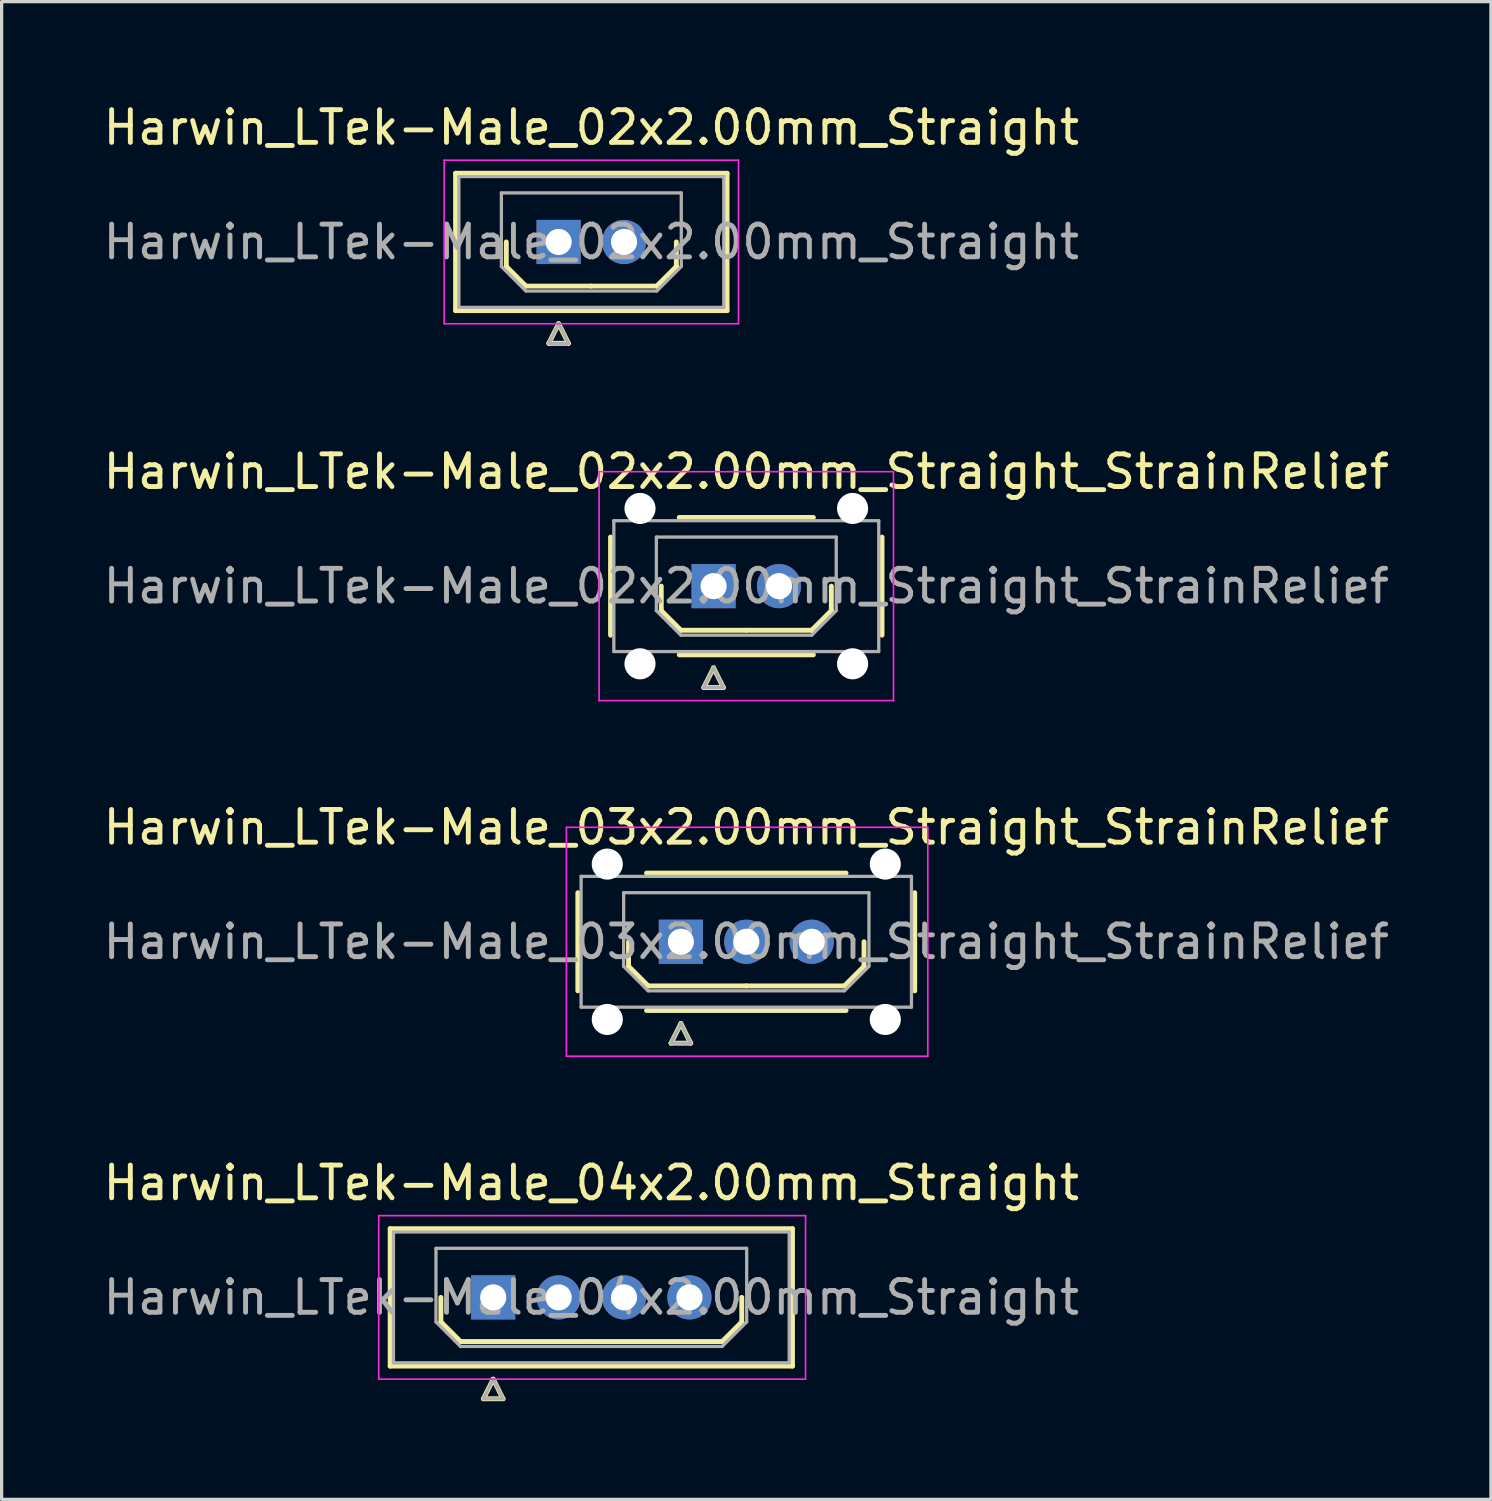
<source format=kicad_pcb>
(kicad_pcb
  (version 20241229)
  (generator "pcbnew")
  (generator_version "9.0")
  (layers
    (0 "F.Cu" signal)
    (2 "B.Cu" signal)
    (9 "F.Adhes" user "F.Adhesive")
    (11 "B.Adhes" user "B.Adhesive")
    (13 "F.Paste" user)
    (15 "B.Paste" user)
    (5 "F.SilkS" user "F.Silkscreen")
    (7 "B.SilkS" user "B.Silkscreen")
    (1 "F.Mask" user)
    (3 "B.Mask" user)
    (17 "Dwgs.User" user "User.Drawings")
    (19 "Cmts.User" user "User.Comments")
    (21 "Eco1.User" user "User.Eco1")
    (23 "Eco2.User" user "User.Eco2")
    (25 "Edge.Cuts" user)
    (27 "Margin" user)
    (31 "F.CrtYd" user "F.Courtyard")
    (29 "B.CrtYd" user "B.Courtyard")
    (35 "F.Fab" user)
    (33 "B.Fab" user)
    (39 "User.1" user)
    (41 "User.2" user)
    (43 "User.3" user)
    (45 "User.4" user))
  (footprint "Harwin_LTek-Male_02x2.00mm_Straight"
    (layer "F.Cu")
    (at 14.03 4.348)
    (property "Reference" "Harwin_LTek-Male_02x2.00mm_Straight" (at 1 -3.5 0) (layer "F.SilkS") (effects (font (size 1 1) (thickness 0.15))))
    (attr through_hole)
    (fp_line (start -3.15 -2.1) (end -3.15 2.1) (stroke (width 0.15) (type solid)) (layer "F.SilkS"))
    (fp_line (start -3.15 2.1) (end 5.15 2.1) (stroke (width 0.15) (type solid)) (layer "F.SilkS"))
    (fp_line (start -1.6 0) (end -1.6 0.75) (stroke (width 0.15) (type solid)) (layer "F.SilkS"))
    (fp_line (start -1.6 0.75) (end -1 1.35) (stroke (width 0.15) (type solid)) (layer "F.SilkS"))
    (fp_line (start -1 1.35) (end 1 1.35) (stroke (width 0.15) (type solid)) (layer "F.SilkS"))
    (fp_line (start -0.3 3.1) (end 0.3 3.1) (stroke (width 0.15) (type solid)) (layer "F.SilkS"))
    (fp_line (start 0 2.5) (end -0.3 3.1) (stroke (width 0.15) (type solid)) (layer "F.SilkS"))
    (fp_line (start 0.3 3.1) (end 0 2.5) (stroke (width 0.15) (type solid)) (layer "F.SilkS"))
    (fp_line (start 3 1.35) (end 1 1.35) (stroke (width 0.15) (type solid)) (layer "F.SilkS"))
    (fp_line (start 3.6 0) (end 3.6 0.75) (stroke (width 0.15) (type solid)) (layer "F.SilkS"))
    (fp_line (start 3.6 0.75) (end 3 1.35) (stroke (width 0.15) (type solid)) (layer "F.SilkS"))
    (fp_line (start 5.15 -2.1) (end -3.15 -2.1) (stroke (width 0.15) (type solid)) (layer "F.SilkS"))
    (fp_line (start 5.15 2.1) (end 5.15 -2.1) (stroke (width 0.15) (type solid)) (layer "F.SilkS"))
    (fp_line (start -3.5 -2.5) (end -3.5 2.5) (stroke (width 0.05) (type solid)) (layer "F.CrtYd"))
    (fp_line (start -3.5 2.5) (end 5.5 2.5) (stroke (width 0.05) (type solid)) (layer "F.CrtYd"))
    (fp_line (start 5.5 -2.5) (end -3.5 -2.5) (stroke (width 0.05) (type solid)) (layer "F.CrtYd"))
    (fp_line (start 5.5 2.5) (end 5.5 -2.5) (stroke (width 0.05) (type solid)) (layer "F.CrtYd"))
    (fp_line (start -3.05 -2) (end -3.05 2) (stroke (width 0.1) (type solid)) (layer "F.Fab"))
    (fp_line (start -3.05 2) (end 5.05 2) (stroke (width 0.1) (type solid)) (layer "F.Fab"))
    (fp_line (start -1.75 -1.5) (end 3.75 -1.5) (stroke (width 0.1) (type solid)) (layer "F.Fab"))
    (fp_line (start -1.75 0.75) (end -1.75 -1.5) (stroke (width 0.1) (type solid)) (layer "F.Fab"))
    (fp_line (start -1 1.5) (end -1.75 0.75) (stroke (width 0.1) (type solid)) (layer "F.Fab"))
    (fp_line (start -0.3 3.1) (end 0.3 3.1) (stroke (width 0.1) (type solid)) (layer "F.Fab"))
    (fp_line (start 0 2.5) (end -0.3 3.1) (stroke (width 0.1) (type solid)) (layer "F.Fab"))
    (fp_line (start 0.3 3.1) (end 0 2.5) (stroke (width 0.1) (type solid)) (layer "F.Fab"))
    (fp_line (start 3 1.5) (end -1 1.5) (stroke (width 0.1) (type solid)) (layer "F.Fab"))
    (fp_line (start 3.75 -1.5) (end 3.75 0.75) (stroke (width 0.1) (type solid)) (layer "F.Fab"))
    (fp_line (start 3.75 0.75) (end 3 1.5) (stroke (width 0.1) (type solid)) (layer "F.Fab"))
    (fp_line (start 5.05 -2) (end -3.05 -2) (stroke (width 0.1) (type solid)) (layer "F.Fab"))
    (fp_line (start 5.05 2) (end 5.05 -2) (stroke (width 0.1) (type solid)) (layer "F.Fab"))
    (fp_text user "${REFERENCE}" (at 1 0 0) (layer "F.Fab") (effects (font (size 1 1) (thickness 0.15))))
    (pad "1" thru_hole rect (at 0 0) (size 1.35 1.35) (drill 0.8) (layers "*.Cu" "*.Mask"))
    (pad "2" thru_hole circle (at 2 0) (size 1.35 1.35) (drill 0.8) (layers "*.Cu" "*.Mask")))
  (footprint "Harwin_LTek-Male_04x2.00mm_Straight"
    (layer "F.Cu")
    (at 12.03 36.618)
    (property "Reference" "Harwin_LTek-Male_04x2.00mm_Straight" (at 3 -3.5 0) (layer "F.SilkS") (effects (font (size 1 1) (thickness 0.15))))
    (attr through_hole)
    (fp_line (start -3.15 -2.1) (end -3.15 2.1) (stroke (width 0.15) (type solid)) (layer "F.SilkS"))
    (fp_line (start -3.15 2.1) (end 9.15 2.1) (stroke (width 0.15) (type solid)) (layer "F.SilkS"))
    (fp_line (start -1.6 0) (end -1.6 0.75) (stroke (width 0.15) (type solid)) (layer "F.SilkS"))
    (fp_line (start -1.6 0.75) (end -1 1.35) (stroke (width 0.15) (type solid)) (layer "F.SilkS"))
    (fp_line (start -1 1.35) (end 3 1.35) (stroke (width 0.15) (type solid)) (layer "F.SilkS"))
    (fp_line (start -0.3 3.1) (end 0.3 3.1) (stroke (width 0.15) (type solid)) (layer "F.SilkS"))
    (fp_line (start 0 2.5) (end -0.3 3.1) (stroke (width 0.15) (type solid)) (layer "F.SilkS"))
    (fp_line (start 0.3 3.1) (end 0 2.5) (stroke (width 0.15) (type solid)) (layer "F.SilkS"))
    (fp_line (start 7 1.35) (end 3 1.35) (stroke (width 0.15) (type solid)) (layer "F.SilkS"))
    (fp_line (start 7.6 0) (end 7.6 0.75) (stroke (width 0.15) (type solid)) (layer "F.SilkS"))
    (fp_line (start 7.6 0.75) (end 7 1.35) (stroke (width 0.15) (type solid)) (layer "F.SilkS"))
    (fp_line (start 9.15 -2.1) (end -3.15 -2.1) (stroke (width 0.15) (type solid)) (layer "F.SilkS"))
    (fp_line (start 9.15 2.1) (end 9.15 -2.1) (stroke (width 0.15) (type solid)) (layer "F.SilkS"))
    (fp_line (start -3.5 -2.5) (end -3.5 2.5) (stroke (width 0.05) (type solid)) (layer "F.CrtYd"))
    (fp_line (start -3.5 2.5) (end 9.55 2.5) (stroke (width 0.05) (type solid)) (layer "F.CrtYd"))
    (fp_line (start 9.55 -2.5) (end -3.5 -2.5) (stroke (width 0.05) (type solid)) (layer "F.CrtYd"))
    (fp_line (start 9.55 2.5) (end 9.55 -2.5) (stroke (width 0.05) (type solid)) (layer "F.CrtYd"))
    (fp_line (start -3.05 -2) (end -3.05 2) (stroke (width 0.1) (type solid)) (layer "F.Fab"))
    (fp_line (start -3.05 2) (end 9.05 2) (stroke (width 0.1) (type solid)) (layer "F.Fab"))
    (fp_line (start -1.75 -1.5) (end 7.75 -1.5) (stroke (width 0.1) (type solid)) (layer "F.Fab"))
    (fp_line (start -1.75 0.75) (end -1.75 -1.5) (stroke (width 0.1) (type solid)) (layer "F.Fab"))
    (fp_line (start -1 1.5) (end -1.75 0.75) (stroke (width 0.1) (type solid)) (layer "F.Fab"))
    (fp_line (start -0.3 3.1) (end 0.3 3.1) (stroke (width 0.1) (type solid)) (layer "F.Fab"))
    (fp_line (start 0 2.5) (end -0.3 3.1) (stroke (width 0.1) (type solid)) (layer "F.Fab"))
    (fp_line (start 0.3 3.1) (end 0 2.5) (stroke (width 0.1) (type solid)) (layer "F.Fab"))
    (fp_line (start 7 1.5) (end -1 1.5) (stroke (width 0.1) (type solid)) (layer "F.Fab"))
    (fp_line (start 7.75 -1.5) (end 7.75 0.75) (stroke (width 0.1) (type solid)) (layer "F.Fab"))
    (fp_line (start 7.75 0.75) (end 7 1.5) (stroke (width 0.1) (type solid)) (layer "F.Fab"))
    (fp_line (start 9.05 -2) (end -3.05 -2) (stroke (width 0.1) (type solid)) (layer "F.Fab"))
    (fp_line (start 9.05 2) (end 9.05 -2) (stroke (width 0.1) (type solid)) (layer "F.Fab"))
    (fp_text user "${REFERENCE}" (at 3 0 0) (layer "F.Fab") (effects (font (size 1 1) (thickness 0.15))))
    (pad "1" thru_hole rect (at 0 0) (size 1.35 1.35) (drill 0.8) (layers "*.Cu" "*.Mask"))
    (pad "2" thru_hole circle (at 2 0) (size 1.35 1.35) (drill 0.8) (layers "*.Cu" "*.Mask"))
    (pad "3" thru_hole circle (at 4 0) (size 1.35 1.35) (drill 0.8) (layers "*.Cu" "*.Mask"))
    (pad "4" thru_hole circle (at 6 0) (size 1.35 1.35) (drill 0.8) (layers "*.Cu" "*.Mask")))
  (footprint "Harwin_LTek-Male_03x2.00mm_Straight_StrainRelief"
    (layer "F.Cu")
    (at 17.768 25.745)
    (property "Reference" "Harwin_LTek-Male_03x2.00mm_Straight_StrainRelief" (at 2 -3.5 0) (layer "F.SilkS") (effects (font (size 1 1) (thickness 0.15))))
    (attr through_hole)
    (fp_line (start -3.15 -1.5) (end -3.15 1.5) (stroke (width 0.15) (type solid)) (layer "F.SilkS"))
    (fp_line (start -1.6 0) (end -1.6 0.75) (stroke (width 0.15) (type solid)) (layer "F.SilkS"))
    (fp_line (start -1.6 0.75) (end -1 1.35) (stroke (width 0.15) (type solid)) (layer "F.SilkS"))
    (fp_line (start -1.05 -2.1) (end 5.05 -2.1) (stroke (width 0.15) (type solid)) (layer "F.SilkS"))
    (fp_line (start -1.05 2.1) (end 5.05 2.1) (stroke (width 0.15) (type solid)) (layer "F.SilkS"))
    (fp_line (start -1 1.35) (end 2 1.35) (stroke (width 0.15) (type solid)) (layer "F.SilkS"))
    (fp_line (start -0.3 3.1) (end 0.3 3.1) (stroke (width 0.15) (type solid)) (layer "F.SilkS"))
    (fp_line (start 0 2.5) (end -0.3 3.1) (stroke (width 0.15) (type solid)) (layer "F.SilkS"))
    (fp_line (start 0.3 3.1) (end 0 2.5) (stroke (width 0.15) (type solid)) (layer "F.SilkS"))
    (fp_line (start 5 1.35) (end 2 1.35) (stroke (width 0.15) (type solid)) (layer "F.SilkS"))
    (fp_line (start 5.6 0) (end 5.6 0.75) (stroke (width 0.15) (type solid)) (layer "F.SilkS"))
    (fp_line (start 5.6 0.75) (end 5 1.35) (stroke (width 0.15) (type solid)) (layer "F.SilkS"))
    (fp_line (start 7.15 -1.5) (end 7.15 1.5) (stroke (width 0.15) (type solid)) (layer "F.SilkS"))
    (fp_line (start -3.5 -3.5) (end -3.5 3.5) (stroke (width 0.05) (type solid)) (layer "F.CrtYd"))
    (fp_line (start -3.5 3.5) (end 7.55 3.5) (stroke (width 0.05) (type solid)) (layer "F.CrtYd"))
    (fp_line (start 7.55 -3.5) (end -3.5 -3.5) (stroke (width 0.05) (type solid)) (layer "F.CrtYd"))
    (fp_line (start 7.55 3.5) (end 7.55 -3.5) (stroke (width 0.05) (type solid)) (layer "F.CrtYd"))
    (fp_line (start -3.05 -2) (end -3.05 2) (stroke (width 0.1) (type solid)) (layer "F.Fab"))
    (fp_line (start -3.05 2) (end 7.05 2) (stroke (width 0.1) (type solid)) (layer "F.Fab"))
    (fp_line (start -1.75 -1.5) (end 5.75 -1.5) (stroke (width 0.1) (type solid)) (layer "F.Fab"))
    (fp_line (start -1.75 0.75) (end -1.75 -1.5) (stroke (width 0.1) (type solid)) (layer "F.Fab"))
    (fp_line (start -1 1.5) (end -1.75 0.75) (stroke (width 0.1) (type solid)) (layer "F.Fab"))
    (fp_line (start -0.3 3.1) (end 0.3 3.1) (stroke (width 0.1) (type solid)) (layer "F.Fab"))
    (fp_line (start 0 2.5) (end -0.3 3.1) (stroke (width 0.1) (type solid)) (layer "F.Fab"))
    (fp_line (start 0.3 3.1) (end 0 2.5) (stroke (width 0.1) (type solid)) (layer "F.Fab"))
    (fp_line (start 5 1.5) (end -1 1.5) (stroke (width 0.1) (type solid)) (layer "F.Fab"))
    (fp_line (start 5.75 -1.5) (end 5.75 0.75) (stroke (width 0.1) (type solid)) (layer "F.Fab"))
    (fp_line (start 5.75 0.75) (end 5 1.5) (stroke (width 0.1) (type solid)) (layer "F.Fab"))
    (fp_line (start 7.05 -2) (end -3.05 -2) (stroke (width 0.1) (type solid)) (layer "F.Fab"))
    (fp_line (start 7.05 2) (end 7.05 -2) (stroke (width 0.1) (type solid)) (layer "F.Fab"))
    (fp_text user "${REFERENCE}" (at 2 0 0) (layer "F.Fab") (effects (font (size 1 1) (thickness 0.15))))
    (pad "" np_thru_hole circle (at -2.25 -2.375) (size 0.95 0.95) (drill 0.95) (layers "*.Cu" "*.Mask"))
    (pad "" np_thru_hole circle (at -2.25 2.375) (size 0.95 0.95) (drill 0.95) (layers "*.Cu" "*.Mask"))
    (pad "" np_thru_hole circle (at 6.25 -2.375) (size 0.95 0.95) (drill 0.95) (layers "*.Cu" "*.Mask"))
    (pad "" np_thru_hole circle (at 6.25 2.375) (size 0.95 0.95) (drill 0.95) (layers "*.Cu" "*.Mask"))
    (pad "1" thru_hole rect (at 0 0) (size 1.35 1.35) (drill 0.8) (layers "*.Cu" "*.Mask"))
    (pad "2" thru_hole circle (at 2 0) (size 1.35 1.35) (drill 0.8) (layers "*.Cu" "*.Mask"))
    (pad "3" thru_hole circle (at 4 0) (size 1.35 1.35) (drill 0.8) (layers "*.Cu" "*.Mask")))
  (footprint "Harwin_LTek-Male_02x2.00mm_Straight_StrainRelief"
    (layer "F.Cu")
    (at 18.768 14.871)
    (property "Reference" "Harwin_LTek-Male_02x2.00mm_Straight_StrainRelief" (at 1 -3.5 0) (layer "F.SilkS") (effects (font (size 1 1) (thickness 0.15))))
    (attr through_hole)
    (fp_line (start -3.15 -1.5) (end -3.15 1.5) (stroke (width 0.15) (type solid)) (layer "F.SilkS"))
    (fp_line (start -1.6 0) (end -1.6 0.75) (stroke (width 0.15) (type solid)) (layer "F.SilkS"))
    (fp_line (start -1.6 0.75) (end -1 1.35) (stroke (width 0.15) (type solid)) (layer "F.SilkS"))
    (fp_line (start -1.05 -2.1) (end 3.05 -2.1) (stroke (width 0.15) (type solid)) (layer "F.SilkS"))
    (fp_line (start -1.05 2.1) (end 3.05 2.1) (stroke (width 0.15) (type solid)) (layer "F.SilkS"))
    (fp_line (start -1 1.35) (end 1 1.35) (stroke (width 0.15) (type solid)) (layer "F.SilkS"))
    (fp_line (start -0.3 3.1) (end 0.3 3.1) (stroke (width 0.15) (type solid)) (layer "F.SilkS"))
    (fp_line (start 0 2.5) (end -0.3 3.1) (stroke (width 0.15) (type solid)) (layer "F.SilkS"))
    (fp_line (start 0.3 3.1) (end 0 2.5) (stroke (width 0.15) (type solid)) (layer "F.SilkS"))
    (fp_line (start 3 1.35) (end 1 1.35) (stroke (width 0.15) (type solid)) (layer "F.SilkS"))
    (fp_line (start 3.6 0) (end 3.6 0.75) (stroke (width 0.15) (type solid)) (layer "F.SilkS"))
    (fp_line (start 3.6 0.75) (end 3 1.35) (stroke (width 0.15) (type solid)) (layer "F.SilkS"))
    (fp_line (start 5.15 -1.5) (end 5.15 1.5) (stroke (width 0.15) (type solid)) (layer "F.SilkS"))
    (fp_line (start -3.5 -3.5) (end -3.5 3.5) (stroke (width 0.05) (type solid)) (layer "F.CrtYd"))
    (fp_line (start -3.5 3.5) (end 5.5 3.5) (stroke (width 0.05) (type solid)) (layer "F.CrtYd"))
    (fp_line (start 5.5 -3.5) (end -3.5 -3.5) (stroke (width 0.05) (type solid)) (layer "F.CrtYd"))
    (fp_line (start 5.5 3.5) (end 5.5 -3.5) (stroke (width 0.05) (type solid)) (layer "F.CrtYd"))
    (fp_line (start -3.05 -2) (end -3.05 2) (stroke (width 0.1) (type solid)) (layer "F.Fab"))
    (fp_line (start -3.05 2) (end 5.05 2) (stroke (width 0.1) (type solid)) (layer "F.Fab"))
    (fp_line (start -1.75 -1.5) (end 3.75 -1.5) (stroke (width 0.1) (type solid)) (layer "F.Fab"))
    (fp_line (start -1.75 0.75) (end -1.75 -1.5) (stroke (width 0.1) (type solid)) (layer "F.Fab"))
    (fp_line (start -1 1.5) (end -1.75 0.75) (stroke (width 0.1) (type solid)) (layer "F.Fab"))
    (fp_line (start -0.3 3.1) (end 0.3 3.1) (stroke (width 0.1) (type solid)) (layer "F.Fab"))
    (fp_line (start 0 2.5) (end -0.3 3.1) (stroke (width 0.1) (type solid)) (layer "F.Fab"))
    (fp_line (start 0.3 3.1) (end 0 2.5) (stroke (width 0.1) (type solid)) (layer "F.Fab"))
    (fp_line (start 3 1.5) (end -1 1.5) (stroke (width 0.1) (type solid)) (layer "F.Fab"))
    (fp_line (start 3.75 -1.5) (end 3.75 0.75) (stroke (width 0.1) (type solid)) (layer "F.Fab"))
    (fp_line (start 3.75 0.75) (end 3 1.5) (stroke (width 0.1) (type solid)) (layer "F.Fab"))
    (fp_line (start 5.05 -2) (end -3.05 -2) (stroke (width 0.1) (type solid)) (layer "F.Fab"))
    (fp_line (start 5.05 2) (end 5.05 -2) (stroke (width 0.1) (type solid)) (layer "F.Fab"))
    (fp_text user "${REFERENCE}" (at 1 0 0) (layer "F.Fab") (effects (font (size 1 1) (thickness 0.15))))
    (pad "" np_thru_hole circle (at -2.25 -2.375) (size 0.95 0.95) (drill 0.95) (layers "*.Cu" "*.Mask"))
    (pad "" np_thru_hole circle (at -2.25 2.375) (size 0.95 0.95) (drill 0.95) (layers "*.Cu" "*.Mask"))
    (pad "" np_thru_hole circle (at 4.25 -2.375) (size 0.95 0.95) (drill 0.95) (layers "*.Cu" "*.Mask"))
    (pad "" np_thru_hole circle (at 4.25 2.375) (size 0.95 0.95) (drill 0.95) (layers "*.Cu" "*.Mask"))
    (pad "1" thru_hole rect (at 0 0) (size 1.35 1.35) (drill 0.8) (layers "*.Cu" "*.Mask"))
    (pad "2" thru_hole circle (at 2 0) (size 1.35 1.35) (drill 0.8) (layers "*.Cu" "*.Mask")))
  (gr_rect
    (start -3 -3)
    (end 42.536 42.793)
    (stroke (width 0.1) (type default))
    (fill no)
    (layer "Edge.Cuts")))
</source>
